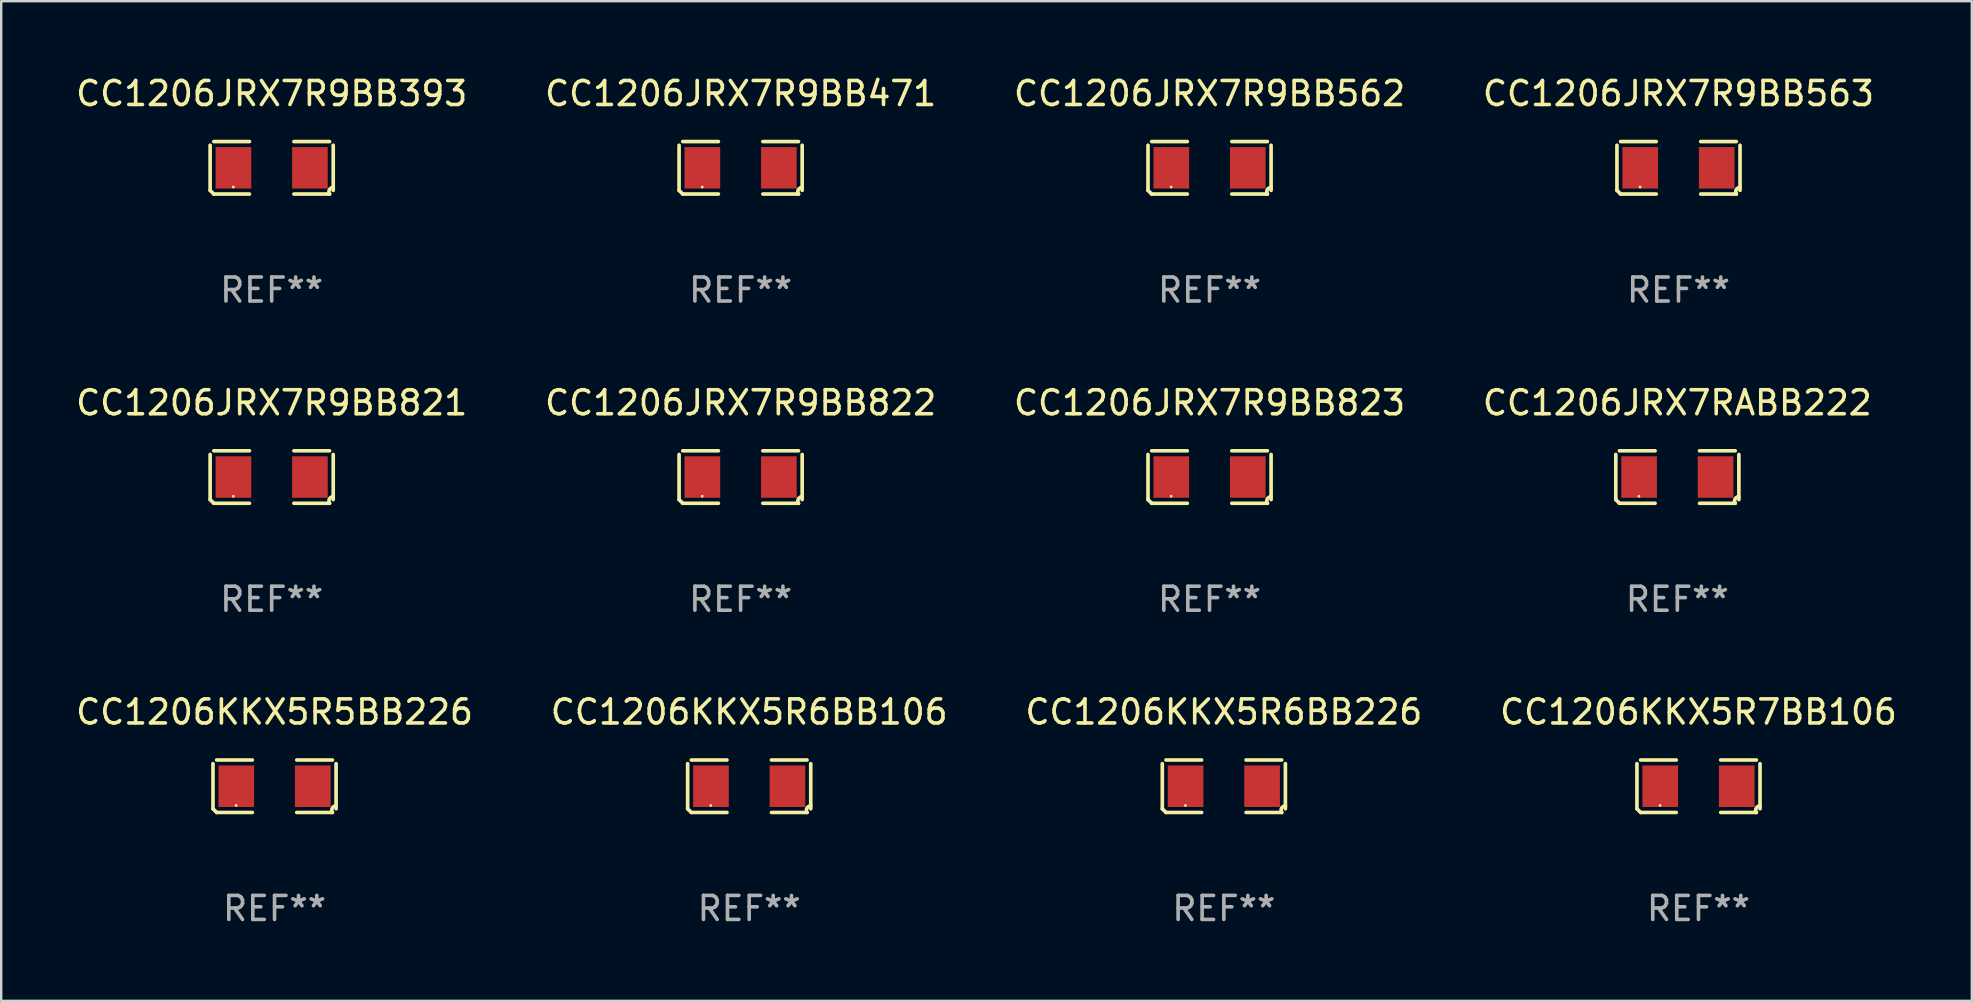
<source format=kicad_pcb>
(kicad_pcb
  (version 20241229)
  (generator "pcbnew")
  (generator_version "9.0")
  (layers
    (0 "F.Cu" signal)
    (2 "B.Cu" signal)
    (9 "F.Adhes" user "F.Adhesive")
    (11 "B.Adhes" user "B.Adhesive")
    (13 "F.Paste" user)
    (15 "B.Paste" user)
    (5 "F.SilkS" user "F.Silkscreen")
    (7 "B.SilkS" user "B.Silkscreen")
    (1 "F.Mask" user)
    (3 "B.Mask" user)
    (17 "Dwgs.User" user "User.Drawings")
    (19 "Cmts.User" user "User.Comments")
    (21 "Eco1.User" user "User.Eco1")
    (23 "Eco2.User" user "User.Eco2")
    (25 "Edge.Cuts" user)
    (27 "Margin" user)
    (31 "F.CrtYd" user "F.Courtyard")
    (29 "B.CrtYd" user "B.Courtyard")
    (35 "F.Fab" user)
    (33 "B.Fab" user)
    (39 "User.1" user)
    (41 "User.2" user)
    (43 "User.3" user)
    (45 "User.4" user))
  (footprint "CC1206JRX7R9BB821"
    (layer "F.Cu")
    (at 8.268 16.823)
    (property "Reference" "CC1206JRX7R9BB821" (at 0 -3.093 0) (layer "F.SilkS") (effects (font (size 1 1) (thickness 0.15))))
    (attr through_hole)
    (fp_line (start -2.564 0.94) (end -2.564 -0.94) (stroke (width 0.152) (type solid)) (layer "F.SilkS"))
    (fp_line (start -2.411 -1.093) (end -0.926 -1.093) (stroke (width 0.152) (type solid)) (layer "F.SilkS"))
    (fp_line (start -0.926 1.093) (end -2.411 1.093) (stroke (width 0.152) (type solid)) (layer "F.SilkS"))
    (fp_line (start 0.926 1.093) (end 2.411 1.093) (stroke (width 0.152) (type solid)) (layer "F.SilkS"))
    (fp_line (start 2.411 -1.093) (end 0.926 -1.093) (stroke (width 0.152) (type solid)) (layer "F.SilkS"))
    (fp_line (start 2.564 0.94) (end 2.564 -0.94) (stroke (width 0.152) (type solid)) (layer "F.SilkS"))
    (fp_arc (start -2.411201 1.092609) (mid -2.487413 1.01642) (end -2.563602 0.940208) (stroke (width 0.1524) (type solid)) (layer "F.SilkS"))
    (fp_arc (start 2.411201 1.092609) (mid 2.407159 0.911226) (end 2.563602 0.819347) (stroke (width 0.1524) (type solid)) (layer "F.SilkS"))
    (fp_circle (center -1.6 0.8) (end -1.57 0.8) (stroke (width 0.06) (type solid)) (fill no) (layer "F.SilkS"))
    (fp_text user "REF**" (at 0 5.093 0) (layer "F.Fab") (effects (font (size 1 1) (thickness 0.15))))
    (pad "1" smd rect (at -1.593 0) (size 1.485 1.728) (layers "F.Cu" "F.Mask" "F.Paste"))
    (pad "2" smd rect (at 1.593 0) (size 1.485 1.728) (layers "F.Cu" "F.Mask" "F.Paste")))
  (footprint "CC1206JRX7R9BB471"
    (layer "F.Cu")
    (at 27.804 3.941)
    (property "Reference" "CC1206JRX7R9BB471" (at 0 -3.093 0) (layer "F.SilkS") (effects (font (size 1 1) (thickness 0.15))))
    (attr through_hole)
    (fp_line (start -2.564 0.94) (end -2.564 -0.94) (stroke (width 0.152) (type solid)) (layer "F.SilkS"))
    (fp_line (start -2.411 -1.093) (end -0.926 -1.093) (stroke (width 0.152) (type solid)) (layer "F.SilkS"))
    (fp_line (start -0.926 1.093) (end -2.411 1.093) (stroke (width 0.152) (type solid)) (layer "F.SilkS"))
    (fp_line (start 0.926 1.093) (end 2.411 1.093) (stroke (width 0.152) (type solid)) (layer "F.SilkS"))
    (fp_line (start 2.411 -1.093) (end 0.926 -1.093) (stroke (width 0.152) (type solid)) (layer "F.SilkS"))
    (fp_line (start 2.564 0.94) (end 2.564 -0.94) (stroke (width 0.152) (type solid)) (layer "F.SilkS"))
    (fp_arc (start -2.411201 1.092609) (mid -2.487413 1.01642) (end -2.563602 0.940208) (stroke (width 0.1524) (type solid)) (layer "F.SilkS"))
    (fp_arc (start 2.411201 1.092609) (mid 2.407159 0.911226) (end 2.563602 0.819347) (stroke (width 0.1524) (type solid)) (layer "F.SilkS"))
    (fp_circle (center -1.6 0.8) (end -1.57 0.8) (stroke (width 0.06) (type solid)) (fill no) (layer "F.SilkS"))
    (fp_text user "REF**" (at 0 5.093 0) (layer "F.Fab") (effects (font (size 1 1) (thickness 0.15))))
    (pad "1" smd rect (at -1.593 0) (size 1.485 1.728) (layers "F.Cu" "F.Mask" "F.Paste"))
    (pad "2" smd rect (at 1.593 0) (size 1.485 1.728) (layers "F.Cu" "F.Mask" "F.Paste")))
  (footprint "CC1206JRX7R9BB822"
    (layer "F.Cu")
    (at 27.804 16.823)
    (property "Reference" "CC1206JRX7R9BB822" (at 0 -3.093 0) (layer "F.SilkS") (effects (font (size 1 1) (thickness 0.15))))
    (attr through_hole)
    (fp_line (start -2.564 0.94) (end -2.564 -0.94) (stroke (width 0.152) (type solid)) (layer "F.SilkS"))
    (fp_line (start -2.411 -1.093) (end -0.926 -1.093) (stroke (width 0.152) (type solid)) (layer "F.SilkS"))
    (fp_line (start -0.926 1.093) (end -2.411 1.093) (stroke (width 0.152) (type solid)) (layer "F.SilkS"))
    (fp_line (start 0.926 1.093) (end 2.411 1.093) (stroke (width 0.152) (type solid)) (layer "F.SilkS"))
    (fp_line (start 2.411 -1.093) (end 0.926 -1.093) (stroke (width 0.152) (type solid)) (layer "F.SilkS"))
    (fp_line (start 2.564 0.94) (end 2.564 -0.94) (stroke (width 0.152) (type solid)) (layer "F.SilkS"))
    (fp_arc (start -2.411201 1.092609) (mid -2.487413 1.01642) (end -2.563602 0.940208) (stroke (width 0.1524) (type solid)) (layer "F.SilkS"))
    (fp_arc (start 2.411201 1.092609) (mid 2.407159 0.911226) (end 2.563602 0.819347) (stroke (width 0.1524) (type solid)) (layer "F.SilkS"))
    (fp_circle (center -1.6 0.8) (end -1.57 0.8) (stroke (width 0.06) (type solid)) (fill no) (layer "F.SilkS"))
    (fp_text user "REF**" (at 0 5.093 0) (layer "F.Fab") (effects (font (size 1 1) (thickness 0.15))))
    (pad "1" smd rect (at -1.593 0) (size 1.485 1.728) (layers "F.Cu" "F.Mask" "F.Paste"))
    (pad "2" smd rect (at 1.593 0) (size 1.485 1.728) (layers "F.Cu" "F.Mask" "F.Paste")))
  (footprint "CC1206KKX5R7BB106"
    (layer "F.Cu")
    (at 67.708 29.704)
    (property "Reference" "CC1206KKX5R7BB106" (at 0 -3.093 0) (layer "F.SilkS") (effects (font (size 1 1) (thickness 0.15))))
    (attr through_hole)
    (fp_line (start -2.564 0.94) (end -2.564 -0.94) (stroke (width 0.152) (type solid)) (layer "F.SilkS"))
    (fp_line (start -2.411 -1.093) (end -0.926 -1.093) (stroke (width 0.152) (type solid)) (layer "F.SilkS"))
    (fp_line (start -0.926 1.093) (end -2.411 1.093) (stroke (width 0.152) (type solid)) (layer "F.SilkS"))
    (fp_line (start 0.926 1.093) (end 2.411 1.093) (stroke (width 0.152) (type solid)) (layer "F.SilkS"))
    (fp_line (start 2.411 -1.093) (end 0.926 -1.093) (stroke (width 0.152) (type solid)) (layer "F.SilkS"))
    (fp_line (start 2.564 0.94) (end 2.564 -0.94) (stroke (width 0.152) (type solid)) (layer "F.SilkS"))
    (fp_arc (start -2.411201 1.092609) (mid -2.487413 1.01642) (end -2.563602 0.940208) (stroke (width 0.1524) (type solid)) (layer "F.SilkS"))
    (fp_arc (start 2.411201 1.092609) (mid 2.407159 0.911226) (end 2.563602 0.819347) (stroke (width 0.1524) (type solid)) (layer "F.SilkS"))
    (fp_circle (center -1.6 0.8) (end -1.57 0.8) (stroke (width 0.06) (type solid)) (fill no) (layer "F.SilkS"))
    (fp_text user "REF**" (at 0 5.093 0) (layer "F.Fab") (effects (font (size 1 1) (thickness 0.15))))
    (pad "1" smd rect (at -1.593 0) (size 1.485 1.728) (layers "F.Cu" "F.Mask" "F.Paste"))
    (pad "2" smd rect (at 1.593 0) (size 1.485 1.728) (layers "F.Cu" "F.Mask" "F.Paste")))
  (footprint "CC1206JRX7R9BB562"
    (layer "F.Cu")
    (at 47.339 3.941)
    (property "Reference" "CC1206JRX7R9BB562" (at 0 -3.093 0) (layer "F.SilkS") (effects (font (size 1 1) (thickness 0.15))))
    (attr through_hole)
    (fp_line (start -2.564 0.94) (end -2.564 -0.94) (stroke (width 0.152) (type solid)) (layer "F.SilkS"))
    (fp_line (start -2.411 -1.093) (end -0.926 -1.093) (stroke (width 0.152) (type solid)) (layer "F.SilkS"))
    (fp_line (start -0.926 1.093) (end -2.411 1.093) (stroke (width 0.152) (type solid)) (layer "F.SilkS"))
    (fp_line (start 0.926 1.093) (end 2.411 1.093) (stroke (width 0.152) (type solid)) (layer "F.SilkS"))
    (fp_line (start 2.411 -1.093) (end 0.926 -1.093) (stroke (width 0.152) (type solid)) (layer "F.SilkS"))
    (fp_line (start 2.564 0.94) (end 2.564 -0.94) (stroke (width 0.152) (type solid)) (layer "F.SilkS"))
    (fp_arc (start -2.411201 1.092609) (mid -2.487413 1.01642) (end -2.563602 0.940208) (stroke (width 0.1524) (type solid)) (layer "F.SilkS"))
    (fp_arc (start 2.411201 1.092609) (mid 2.407159 0.911226) (end 2.563602 0.819347) (stroke (width 0.1524) (type solid)) (layer "F.SilkS"))
    (fp_circle (center -1.6 0.8) (end -1.57 0.8) (stroke (width 0.06) (type solid)) (fill no) (layer "F.SilkS"))
    (fp_text user "REF**" (at 0 5.093 0) (layer "F.Fab") (effects (font (size 1 1) (thickness 0.15))))
    (pad "1" smd rect (at -1.593 0) (size 1.485 1.728) (layers "F.Cu" "F.Mask" "F.Paste"))
    (pad "2" smd rect (at 1.593 0) (size 1.485 1.728) (layers "F.Cu" "F.Mask" "F.Paste")))
  (footprint "CC1206KKX5R6BB106"
    (layer "F.Cu")
    (at 28.161 29.704)
    (property "Reference" "CC1206KKX5R6BB106" (at 0 -3.093 0) (layer "F.SilkS") (effects (font (size 1 1) (thickness 0.15))))
    (attr through_hole)
    (fp_line (start -2.564 0.94) (end -2.564 -0.94) (stroke (width 0.152) (type solid)) (layer "F.SilkS"))
    (fp_line (start -2.411 -1.093) (end -0.926 -1.093) (stroke (width 0.152) (type solid)) (layer "F.SilkS"))
    (fp_line (start -0.926 1.093) (end -2.411 1.093) (stroke (width 0.152) (type solid)) (layer "F.SilkS"))
    (fp_line (start 0.926 1.093) (end 2.411 1.093) (stroke (width 0.152) (type solid)) (layer "F.SilkS"))
    (fp_line (start 2.411 -1.093) (end 0.926 -1.093) (stroke (width 0.152) (type solid)) (layer "F.SilkS"))
    (fp_line (start 2.564 0.94) (end 2.564 -0.94) (stroke (width 0.152) (type solid)) (layer "F.SilkS"))
    (fp_arc (start -2.411201 1.092609) (mid -2.487413 1.01642) (end -2.563602 0.940208) (stroke (width 0.1524) (type solid)) (layer "F.SilkS"))
    (fp_arc (start 2.411201 1.092609) (mid 2.407159 0.911226) (end 2.563602 0.819347) (stroke (width 0.1524) (type solid)) (layer "F.SilkS"))
    (fp_circle (center -1.6 0.8) (end -1.57 0.8) (stroke (width 0.06) (type solid)) (fill no) (layer "F.SilkS"))
    (fp_text user "REF**" (at 0 5.093 0) (layer "F.Fab") (effects (font (size 1 1) (thickness 0.15))))
    (pad "1" smd rect (at -1.593 0) (size 1.485 1.728) (layers "F.Cu" "F.Mask" "F.Paste"))
    (pad "2" smd rect (at 1.593 0) (size 1.485 1.728) (layers "F.Cu" "F.Mask" "F.Paste")))
  (footprint "CC1206JRX7R9BB823"
    (layer "F.Cu")
    (at 47.339 16.823)
    (property "Reference" "CC1206JRX7R9BB823" (at 0 -3.093 0) (layer "F.SilkS") (effects (font (size 1 1) (thickness 0.15))))
    (attr through_hole)
    (fp_line (start -2.564 0.94) (end -2.564 -0.94) (stroke (width 0.152) (type solid)) (layer "F.SilkS"))
    (fp_line (start -2.411 -1.093) (end -0.926 -1.093) (stroke (width 0.152) (type solid)) (layer "F.SilkS"))
    (fp_line (start -0.926 1.093) (end -2.411 1.093) (stroke (width 0.152) (type solid)) (layer "F.SilkS"))
    (fp_line (start 0.926 1.093) (end 2.411 1.093) (stroke (width 0.152) (type solid)) (layer "F.SilkS"))
    (fp_line (start 2.411 -1.093) (end 0.926 -1.093) (stroke (width 0.152) (type solid)) (layer "F.SilkS"))
    (fp_line (start 2.564 0.94) (end 2.564 -0.94) (stroke (width 0.152) (type solid)) (layer "F.SilkS"))
    (fp_arc (start -2.411201 1.092609) (mid -2.487413 1.01642) (end -2.563602 0.940208) (stroke (width 0.1524) (type solid)) (layer "F.SilkS"))
    (fp_arc (start 2.411201 1.092609) (mid 2.407159 0.911226) (end 2.563602 0.819347) (stroke (width 0.1524) (type solid)) (layer "F.SilkS"))
    (fp_circle (center -1.6 0.8) (end -1.57 0.8) (stroke (width 0.06) (type solid)) (fill no) (layer "F.SilkS"))
    (fp_text user "REF**" (at 0 5.093 0) (layer "F.Fab") (effects (font (size 1 1) (thickness 0.15))))
    (pad "1" smd rect (at -1.593 0) (size 1.485 1.728) (layers "F.Cu" "F.Mask" "F.Paste"))
    (pad "2" smd rect (at 1.593 0) (size 1.485 1.728) (layers "F.Cu" "F.Mask" "F.Paste")))
  (footprint "CC1206JRX7RABB222"
    (layer "F.Cu")
    (at 66.827 16.823)
    (property "Reference" "CC1206JRX7RABB222" (at 0 -3.093 0) (layer "F.SilkS") (effects (font (size 1 1) (thickness 0.15))))
    (attr through_hole)
    (fp_line (start -2.564 0.94) (end -2.564 -0.94) (stroke (width 0.152) (type solid)) (layer "F.SilkS"))
    (fp_line (start -2.411 -1.093) (end -0.926 -1.093) (stroke (width 0.152) (type solid)) (layer "F.SilkS"))
    (fp_line (start -0.926 1.093) (end -2.411 1.093) (stroke (width 0.152) (type solid)) (layer "F.SilkS"))
    (fp_line (start 0.926 1.093) (end 2.411 1.093) (stroke (width 0.152) (type solid)) (layer "F.SilkS"))
    (fp_line (start 2.411 -1.093) (end 0.926 -1.093) (stroke (width 0.152) (type solid)) (layer "F.SilkS"))
    (fp_line (start 2.564 0.94) (end 2.564 -0.94) (stroke (width 0.152) (type solid)) (layer "F.SilkS"))
    (fp_arc (start -2.411201 1.092609) (mid -2.487413 1.01642) (end -2.563602 0.940208) (stroke (width 0.1524) (type solid)) (layer "F.SilkS"))
    (fp_arc (start 2.411201 1.092609) (mid 2.407159 0.911226) (end 2.563602 0.819347) (stroke (width 0.1524) (type solid)) (layer "F.SilkS"))
    (fp_circle (center -1.6 0.8) (end -1.57 0.8) (stroke (width 0.06) (type solid)) (fill no) (layer "F.SilkS"))
    (fp_text user "REF**" (at 0 5.093 0) (layer "F.Fab") (effects (font (size 1 1) (thickness 0.15))))
    (pad "1" smd rect (at -1.593 0) (size 1.485 1.728) (layers "F.Cu" "F.Mask" "F.Paste"))
    (pad "2" smd rect (at 1.593 0) (size 1.485 1.728) (layers "F.Cu" "F.Mask" "F.Paste")))
  (footprint "CC1206KKX5R6BB226"
    (layer "F.Cu")
    (at 47.935 29.704)
    (property "Reference" "CC1206KKX5R6BB226" (at 0 -3.093 0) (layer "F.SilkS") (effects (font (size 1 1) (thickness 0.15))))
    (attr through_hole)
    (fp_line (start -2.564 0.94) (end -2.564 -0.94) (stroke (width 0.152) (type solid)) (layer "F.SilkS"))
    (fp_line (start -2.411 -1.093) (end -0.926 -1.093) (stroke (width 0.152) (type solid)) (layer "F.SilkS"))
    (fp_line (start -0.926 1.093) (end -2.411 1.093) (stroke (width 0.152) (type solid)) (layer "F.SilkS"))
    (fp_line (start 0.926 1.093) (end 2.411 1.093) (stroke (width 0.152) (type solid)) (layer "F.SilkS"))
    (fp_line (start 2.411 -1.093) (end 0.926 -1.093) (stroke (width 0.152) (type solid)) (layer "F.SilkS"))
    (fp_line (start 2.564 0.94) (end 2.564 -0.94) (stroke (width 0.152) (type solid)) (layer "F.SilkS"))
    (fp_arc (start -2.411201 1.092609) (mid -2.487413 1.01642) (end -2.563602 0.940208) (stroke (width 0.1524) (type solid)) (layer "F.SilkS"))
    (fp_arc (start 2.411201 1.092609) (mid 2.407159 0.911226) (end 2.563602 0.819347) (stroke (width 0.1524) (type solid)) (layer "F.SilkS"))
    (fp_circle (center -1.6 0.8) (end -1.57 0.8) (stroke (width 0.06) (type solid)) (fill no) (layer "F.SilkS"))
    (fp_text user "REF**" (at 0 5.093 0) (layer "F.Fab") (effects (font (size 1 1) (thickness 0.15))))
    (pad "1" smd rect (at -1.593 0) (size 1.485 1.728) (layers "F.Cu" "F.Mask" "F.Paste"))
    (pad "2" smd rect (at 1.593 0) (size 1.485 1.728) (layers "F.Cu" "F.Mask" "F.Paste")))
  (footprint "CC1206JRX7R9BB393"
    (layer "F.Cu")
    (at 8.268 3.941)
    (property "Reference" "CC1206JRX7R9BB393" (at 0 -3.093 0) (layer "F.SilkS") (effects (font (size 1 1) (thickness 0.15))))
    (attr through_hole)
    (fp_line (start -2.564 0.94) (end -2.564 -0.94) (stroke (width 0.152) (type solid)) (layer "F.SilkS"))
    (fp_line (start -2.411 -1.093) (end -0.926 -1.093) (stroke (width 0.152) (type solid)) (layer "F.SilkS"))
    (fp_line (start -0.926 1.093) (end -2.411 1.093) (stroke (width 0.152) (type solid)) (layer "F.SilkS"))
    (fp_line (start 0.926 1.093) (end 2.411 1.093) (stroke (width 0.152) (type solid)) (layer "F.SilkS"))
    (fp_line (start 2.411 -1.093) (end 0.926 -1.093) (stroke (width 0.152) (type solid)) (layer "F.SilkS"))
    (fp_line (start 2.564 0.94) (end 2.564 -0.94) (stroke (width 0.152) (type solid)) (layer "F.SilkS"))
    (fp_arc (start -2.411201 1.092609) (mid -2.487413 1.01642) (end -2.563602 0.940208) (stroke (width 0.1524) (type solid)) (layer "F.SilkS"))
    (fp_arc (start 2.411201 1.092609) (mid 2.407159 0.911226) (end 2.563602 0.819347) (stroke (width 0.1524) (type solid)) (layer "F.SilkS"))
    (fp_circle (center -1.6 0.8) (end -1.57 0.8) (stroke (width 0.06) (type solid)) (fill no) (layer "F.SilkS"))
    (fp_text user "REF**" (at 0 5.093 0) (layer "F.Fab") (effects (font (size 1 1) (thickness 0.15))))
    (pad "1" smd rect (at -1.593 0) (size 1.485 1.728) (layers "F.Cu" "F.Mask" "F.Paste"))
    (pad "2" smd rect (at 1.593 0) (size 1.485 1.728) (layers "F.Cu" "F.Mask" "F.Paste")))
  (footprint "CC1206JRX7R9BB563"
    (layer "F.Cu")
    (at 66.875 3.941)
    (property "Reference" "CC1206JRX7R9BB563" (at 0 -3.093 0) (layer "F.SilkS") (effects (font (size 1 1) (thickness 0.15))))
    (attr through_hole)
    (fp_line (start -2.564 0.94) (end -2.564 -0.94) (stroke (width 0.152) (type solid)) (layer "F.SilkS"))
    (fp_line (start -2.411 -1.093) (end -0.926 -1.093) (stroke (width 0.152) (type solid)) (layer "F.SilkS"))
    (fp_line (start -0.926 1.093) (end -2.411 1.093) (stroke (width 0.152) (type solid)) (layer "F.SilkS"))
    (fp_line (start 0.926 1.093) (end 2.411 1.093) (stroke (width 0.152) (type solid)) (layer "F.SilkS"))
    (fp_line (start 2.411 -1.093) (end 0.926 -1.093) (stroke (width 0.152) (type solid)) (layer "F.SilkS"))
    (fp_line (start 2.564 0.94) (end 2.564 -0.94) (stroke (width 0.152) (type solid)) (layer "F.SilkS"))
    (fp_arc (start -2.411201 1.092609) (mid -2.487413 1.01642) (end -2.563602 0.940208) (stroke (width 0.1524) (type solid)) (layer "F.SilkS"))
    (fp_arc (start 2.411201 1.092609) (mid 2.407159 0.911226) (end 2.563602 0.819347) (stroke (width 0.1524) (type solid)) (layer "F.SilkS"))
    (fp_circle (center -1.6 0.8) (end -1.57 0.8) (stroke (width 0.06) (type solid)) (fill no) (layer "F.SilkS"))
    (fp_text user "REF**" (at 0 5.093 0) (layer "F.Fab") (effects (font (size 1 1) (thickness 0.15))))
    (pad "1" smd rect (at -1.593 0) (size 1.485 1.728) (layers "F.Cu" "F.Mask" "F.Paste"))
    (pad "2" smd rect (at 1.593 0) (size 1.485 1.728) (layers "F.Cu" "F.Mask" "F.Paste")))
  (footprint "CC1206KKX5R5BB226"
    (layer "F.Cu")
    (at 8.387 29.704)
    (property "Reference" "CC1206KKX5R5BB226" (at 0 -3.093 0) (layer "F.SilkS") (effects (font (size 1 1) (thickness 0.15))))
    (attr through_hole)
    (fp_line (start -2.564 0.94) (end -2.564 -0.94) (stroke (width 0.152) (type solid)) (layer "F.SilkS"))
    (fp_line (start -2.411 -1.093) (end -0.926 -1.093) (stroke (width 0.152) (type solid)) (layer "F.SilkS"))
    (fp_line (start -0.926 1.093) (end -2.411 1.093) (stroke (width 0.152) (type solid)) (layer "F.SilkS"))
    (fp_line (start 0.926 1.093) (end 2.411 1.093) (stroke (width 0.152) (type solid)) (layer "F.SilkS"))
    (fp_line (start 2.411 -1.093) (end 0.926 -1.093) (stroke (width 0.152) (type solid)) (layer "F.SilkS"))
    (fp_line (start 2.564 0.94) (end 2.564 -0.94) (stroke (width 0.152) (type solid)) (layer "F.SilkS"))
    (fp_arc (start -2.411201 1.092609) (mid -2.487413 1.01642) (end -2.563602 0.940208) (stroke (width 0.1524) (type solid)) (layer "F.SilkS"))
    (fp_arc (start 2.411201 1.092609) (mid 2.407159 0.911226) (end 2.563602 0.819347) (stroke (width 0.1524) (type solid)) (layer "F.SilkS"))
    (fp_circle (center -1.6 0.8) (end -1.57 0.8) (stroke (width 0.06) (type solid)) (fill no) (layer "F.SilkS"))
    (fp_text user "REF**" (at 0 5.093 0) (layer "F.Fab") (effects (font (size 1 1) (thickness 0.15))))
    (pad "1" smd rect (at -1.593 0) (size 1.485 1.728) (layers "F.Cu" "F.Mask" "F.Paste"))
    (pad "2" smd rect (at 1.593 0) (size 1.485 1.728) (layers "F.Cu" "F.Mask" "F.Paste")))
  (gr_rect
    (start -3 -3)
    (end 79.095 38.645)
    (stroke (width 0.1) (type default))
    (fill no)
    (layer "Edge.Cuts")))
</source>
